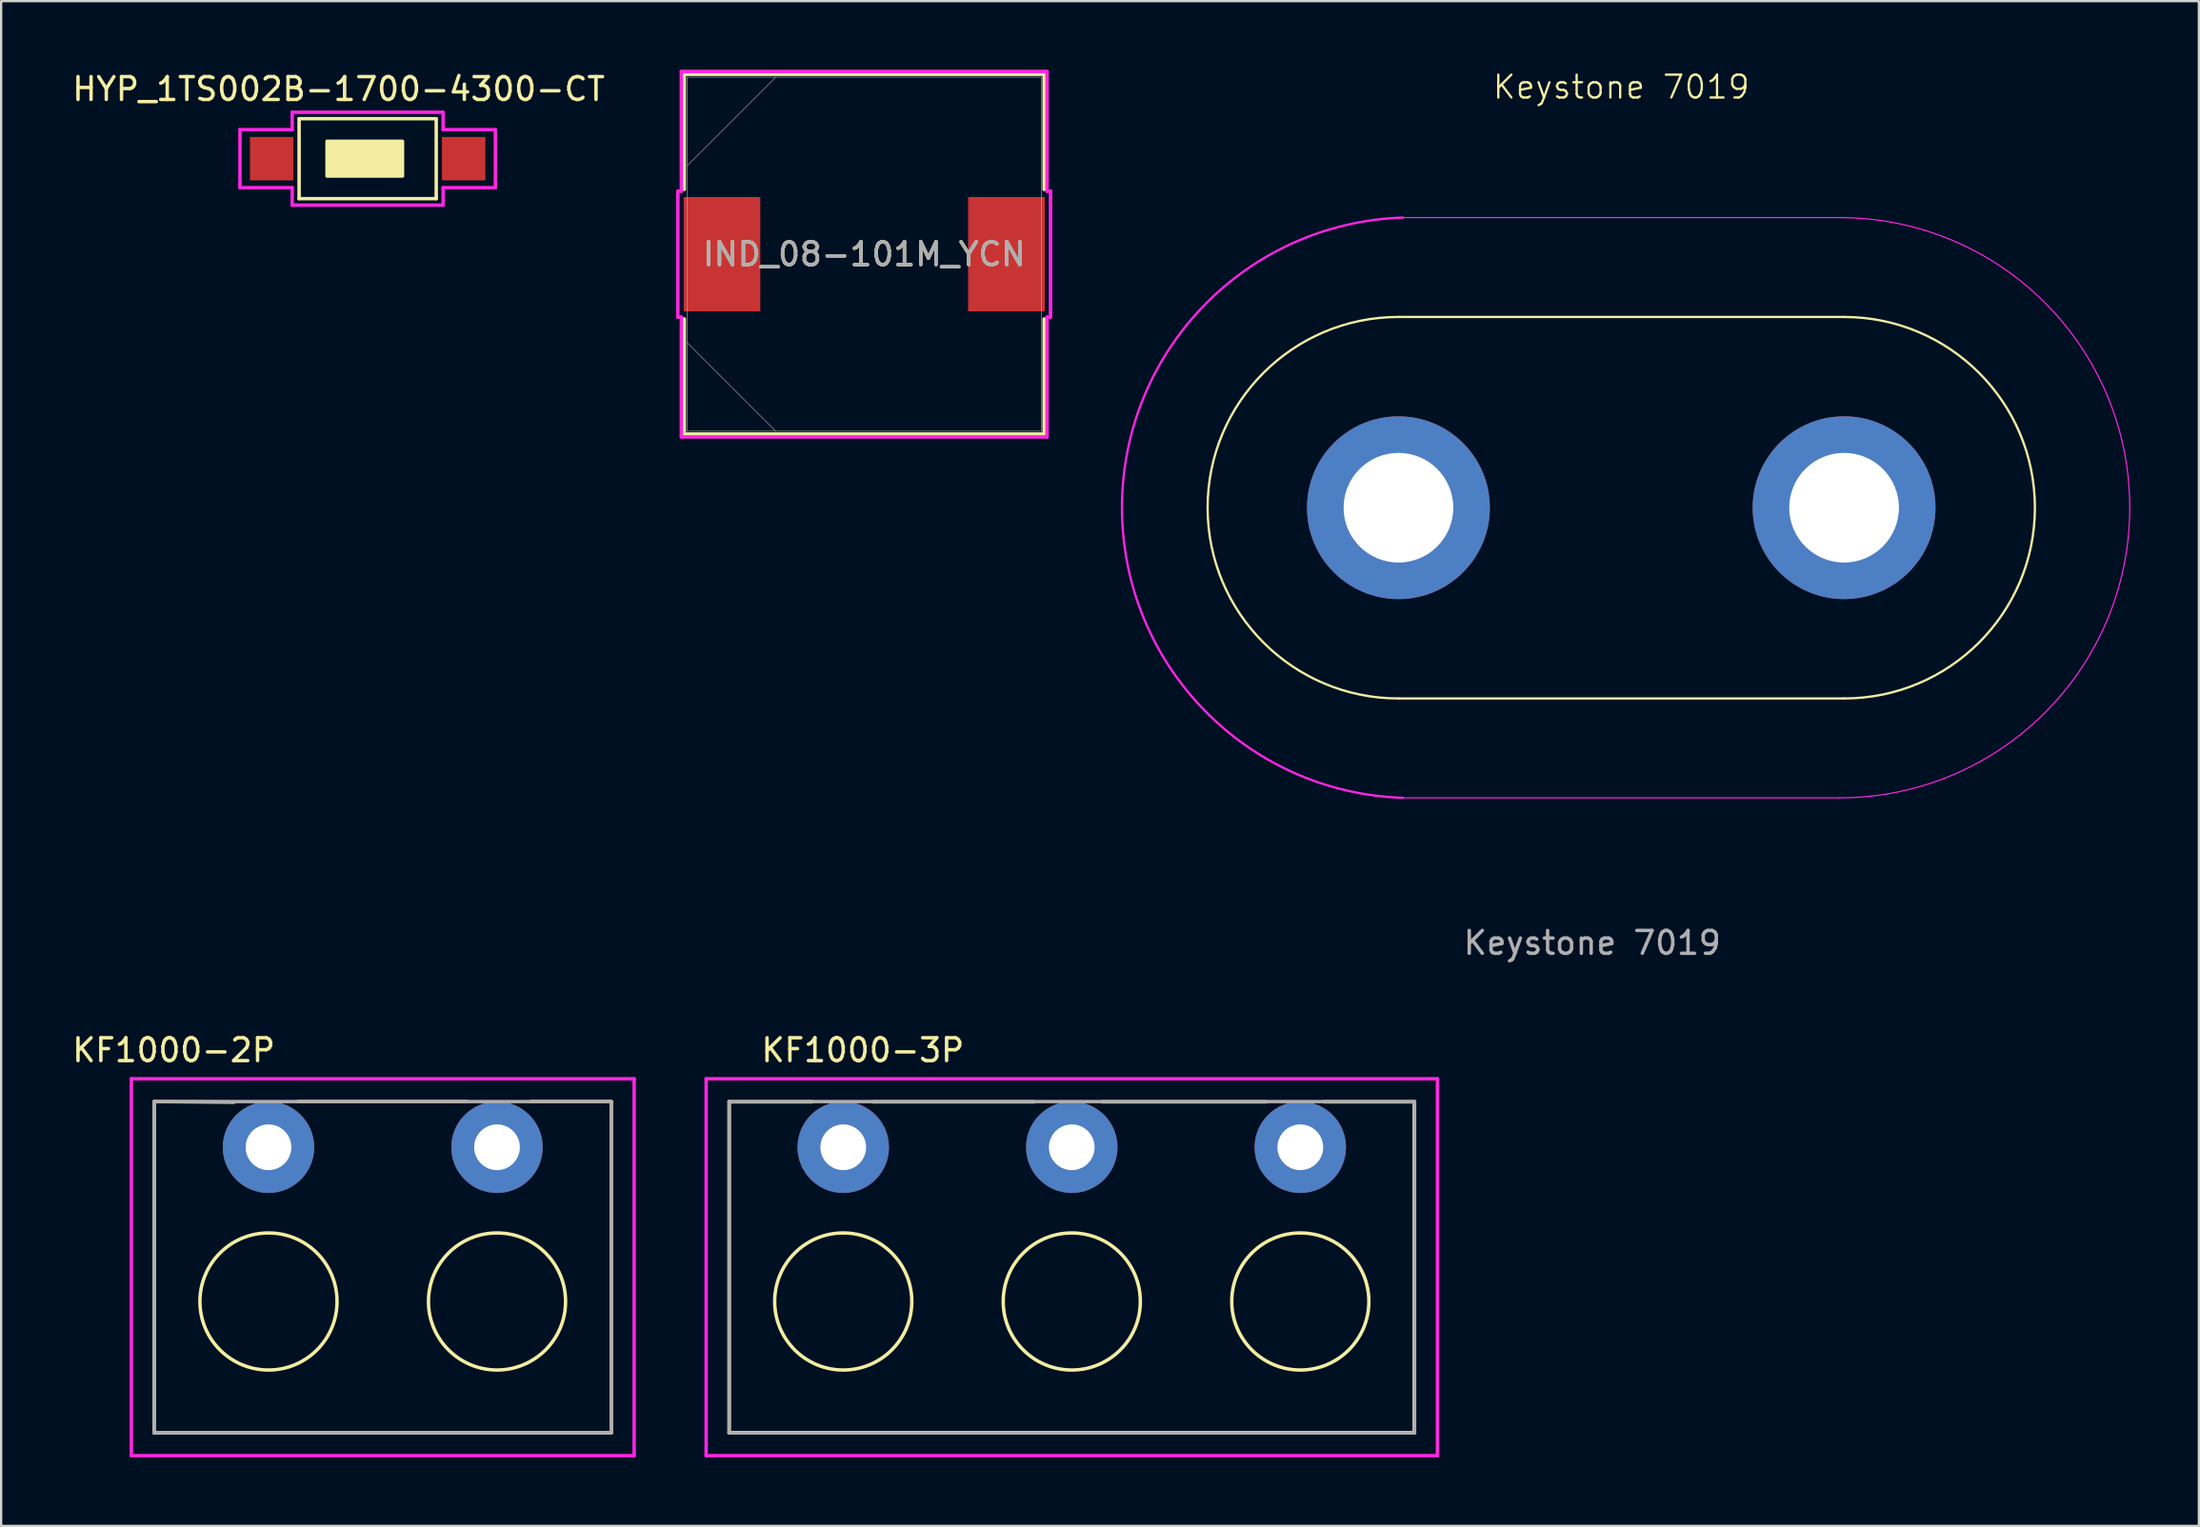
<source format=kicad_pcb>
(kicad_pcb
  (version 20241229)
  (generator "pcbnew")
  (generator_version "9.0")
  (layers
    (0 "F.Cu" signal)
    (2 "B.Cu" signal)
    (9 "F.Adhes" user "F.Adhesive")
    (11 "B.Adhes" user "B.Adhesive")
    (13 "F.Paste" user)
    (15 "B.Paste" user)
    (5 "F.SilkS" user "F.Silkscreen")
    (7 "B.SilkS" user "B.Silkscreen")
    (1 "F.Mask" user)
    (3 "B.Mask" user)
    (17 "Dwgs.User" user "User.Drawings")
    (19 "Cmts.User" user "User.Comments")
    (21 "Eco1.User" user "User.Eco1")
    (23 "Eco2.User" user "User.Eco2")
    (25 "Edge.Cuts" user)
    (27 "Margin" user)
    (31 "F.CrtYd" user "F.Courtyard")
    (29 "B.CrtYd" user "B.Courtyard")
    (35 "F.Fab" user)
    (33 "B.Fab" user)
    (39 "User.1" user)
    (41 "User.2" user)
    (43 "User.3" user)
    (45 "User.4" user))
  (footprint "KF1000-3P"
    (layer "F.Cu")
    (at 43.848 52.422)
    (property "Reference" "KF1000-3P" (at -9.144 -9.5 0) (layer "F.SilkS") (effects (font (size 1 1) (thickness 0.15))))
    (attr through_hole)
    (fp_line (start -14.986 -7.239) (end -14.986 7.239) (stroke (width 0.15) (type solid)) (layer "F.SilkS"))
    (fp_line (start -14.986 -7.239) (end -11.367 -7.239) (stroke (width 0.15) (type solid)) (layer "F.SilkS"))
    (fp_line (start -14.986 7.239) (end 14.986 7.239) (stroke (width 0.15) (type solid)) (layer "F.SilkS"))
    (fp_line (start -8.7 -7.239) (end -1.651 -7.239) (stroke (width 0.15) (type solid)) (layer "F.SilkS"))
    (fp_line (start 1.333 -7.239) (end 8.509 -7.239) (stroke (width 0.15) (type solid)) (layer "F.SilkS"))
    (fp_line (start 14.986 -7.239) (end 11.049 -7.239) (stroke (width 0.15) (type solid)) (layer "F.SilkS"))
    (fp_line (start 14.986 7.239) (end 14.986 -7.239) (stroke (width 0.15) (type solid)) (layer "F.SilkS"))
    (fp_circle (center -10 1.5) (end -7 1.5) (stroke (width 0.15) (type solid)) (fill no) (layer "F.SilkS"))
    (fp_circle (center 0 1.5) (end 3 1.5) (stroke (width 0.15) (type solid)) (fill no) (layer "F.SilkS"))
    (fp_circle (center 10 1.5) (end 13 1.5) (stroke (width 0.15) (type solid)) (fill no) (layer "F.SilkS"))
    (fp_line (start -16 -8.25) (end 16 -8.25) (stroke (width 0.15) (type solid)) (layer "F.CrtYd"))
    (fp_line (start -16 8.25) (end -16 -8.25) (stroke (width 0.15) (type solid)) (layer "F.CrtYd"))
    (fp_line (start 16 -8.25) (end 16 8.25) (stroke (width 0.15) (type solid)) (layer "F.CrtYd"))
    (fp_line (start 16 8.25) (end -16 8.25) (stroke (width 0.15) (type solid)) (layer "F.CrtYd"))
    (fp_line (start -15 -7.25) (end -15 7.25) (stroke (width 0.15) (type solid)) (layer "F.Fab"))
    (fp_line (start -15 -7.25) (end 15 -7.25) (stroke (width 0.15) (type solid)) (layer "F.Fab"))
    (fp_line (start -15 7.25) (end 15 7.25) (stroke (width 0.15) (type solid)) (layer "F.Fab"))
    (fp_line (start 15 7.25) (end 15 -7.25) (stroke (width 0.15) (type solid)) (layer "F.Fab"))
    (pad "1" thru_hole circle (at -10 -5.25) (size 4 4) (drill 2) (layers "*.Cu" "*.Mask"))
    (pad "2" thru_hole circle (at 0 -5.25 90) (size 4 4) (drill 2) (layers "*.Cu" "*.Mask"))
    (pad "3" thru_hole circle (at 10 -5.25 90) (size 4 4) (drill 2) (layers "*.Cu" "*.Mask")))
  (footprint "KF1000-2P"
    (layer "F.Cu")
    (at 13.698 52.422)
    (property "Reference" "KF1000-2P" (at -9.144 -9.5 0) (layer "F.SilkS") (effects (font (size 1 1) (thickness 0.15))))
    (attr through_hole)
    (fp_line (start -10 -7.25) (end -6.5 -7.225) (stroke (width 0.15) (type solid)) (layer "F.SilkS"))
    (fp_line (start -10 7.25) (end -10 -7.25) (stroke (width 0.15) (type solid)) (layer "F.SilkS"))
    (fp_line (start -3.7 -7.25) (end 3.7 -7.25) (stroke (width 0.15) (type solid)) (layer "F.SilkS"))
    (fp_line (start 6.5 -7.25) (end 10 -7.25) (stroke (width 0.15) (type solid)) (layer "F.SilkS"))
    (fp_line (start 10 -7.25) (end 10 7.25) (stroke (width 0.15) (type solid)) (layer "F.SilkS"))
    (fp_line (start 10 7.25) (end -10 7.25) (stroke (width 0.15) (type solid)) (layer "F.SilkS"))
    (fp_circle (center -5 1.5) (end -2 1.5) (stroke (width 0.15) (type solid)) (fill no) (layer "F.SilkS"))
    (fp_circle (center 5 1.5) (end 8 1.5) (stroke (width 0.15) (type solid)) (fill no) (layer "F.SilkS"))
    (fp_line (start -11 -8.25) (end 11 -8.25) (stroke (width 0.15) (type solid)) (layer "F.CrtYd"))
    (fp_line (start -11 8.25) (end -11 -8.25) (stroke (width 0.15) (type solid)) (layer "F.CrtYd"))
    (fp_line (start 11 -8.25) (end 11 8.25) (stroke (width 0.15) (type solid)) (layer "F.CrtYd"))
    (fp_line (start 11 8.25) (end -11 8.25) (stroke (width 0.15) (type solid)) (layer "F.CrtYd"))
    (fp_line (start -10 -7.25) (end -10 7.25) (stroke (width 0.15) (type solid)) (layer "F.Fab"))
    (fp_line (start -10 -7.25) (end 10 -7.25) (stroke (width 0.15) (type solid)) (layer "F.Fab"))
    (fp_line (start -10 7.25) (end 10 7.25) (stroke (width 0.15) (type solid)) (layer "F.Fab"))
    (fp_line (start 10 7.25) (end 10 -7.25) (stroke (width 0.15) (type solid)) (layer "F.Fab"))
    (pad "1" thru_hole circle (at -5 -5.25) (size 4 4) (drill 2) (layers "*.Cu" "*.Mask"))
    (pad "2" thru_hole circle (at 5 -5.25) (size 4 4) (drill 2) (layers "*.Cu" "*.Mask")))
  (footprint "HYP_1TS002B-1700-4300-CT"
    (layer "F.Cu")
    (at 13.038 3.896)
    (property "Reference" "HYP_1TS002B-1700-4300-CT" (at -1.27 -3.048 0) (layer "F.SilkS") (effects (font (size 1 1) (thickness 0.15))))
    (attr through_hole)
    (fp_line (start -3 -1.75) (end -3 1.75) (stroke (width 0.15) (type solid)) (layer "F.SilkS"))
    (fp_line (start -3 -1.75) (end 3 -1.75) (stroke (width 0.15) (type solid)) (layer "F.SilkS"))
    (fp_line (start -3 1.75) (end 3 1.75) (stroke (width 0.15) (type solid)) (layer "F.SilkS"))
    (fp_line (start 3 -1.75) (end 3 1.75) (stroke (width 0.15) (type solid)) (layer "F.SilkS"))
    (fp_poly (pts (xy -1.778 -0.762) (xy -1.778 0.762) (xy 1.524 0.762) (xy 1.524 -0.762)) (stroke (width 0.15) (type solid)) (fill yes) (layer "F.SilkS"))
    (fp_line (start -5.588 -1.27) (end -3.302 -1.27) (stroke (width 0.15) (type solid)) (layer "F.CrtYd"))
    (fp_line (start -5.588 1.27) (end -5.588 -1.27) (stroke (width 0.15) (type solid)) (layer "F.CrtYd"))
    (fp_line (start -3.302 -2.032) (end 3.302 -2.032) (stroke (width 0.15) (type solid)) (layer "F.CrtYd"))
    (fp_line (start -3.302 -1.27) (end -3.302 -2.032) (stroke (width 0.15) (type solid)) (layer "F.CrtYd"))
    (fp_line (start -3.302 1.27) (end -5.588 1.27) (stroke (width 0.15) (type solid)) (layer "F.CrtYd"))
    (fp_line (start -3.302 2.032) (end -3.302 1.27) (stroke (width 0.15) (type solid)) (layer "F.CrtYd"))
    (fp_line (start 3.302 -2.032) (end 3.302 -1.27) (stroke (width 0.15) (type solid)) (layer "F.CrtYd"))
    (fp_line (start 3.302 -1.27) (end 5.588 -1.27) (stroke (width 0.15) (type solid)) (layer "F.CrtYd"))
    (fp_line (start 3.302 1.27) (end 3.302 2.032) (stroke (width 0.15) (type solid)) (layer "F.CrtYd"))
    (fp_line (start 3.302 2.032) (end -3.302 2.032) (stroke (width 0.15) (type solid)) (layer "F.CrtYd"))
    (fp_line (start 5.588 -1.27) (end 5.588 1.27) (stroke (width 0.15) (type solid)) (layer "F.CrtYd"))
    (fp_line (start 5.588 1.27) (end 3.302 1.27) (stroke (width 0.15) (type solid)) (layer "F.CrtYd"))
    (pad "1" smd rect (at -4.2 0) (size 1.9 1.9) (layers "F.Cu" "F.Mask" "F.Paste"))
    (pad "2" smd rect (at 4.2 0) (size 1.9 1.9) (layers "F.Cu" "F.Mask" "F.Paste")))
  (footprint "IND_08-101M_YCN"
    (layer "F.Cu")
    (at 34.765 8.077)
    (property "Reference" "IND_08-101M_YCN" (at 0 0 0) (unlocked yes) (layer "F.SilkS") (effects (font (size 1 1) (thickness 0.15))))
    (attr smd)
    (fp_line (start -7.874 -7.874) (end -7.874 -2.835) (stroke (width 0.152) (type solid)) (layer "F.SilkS"))
    (fp_line (start -7.874 2.835) (end -7.874 7.874) (stroke (width 0.152) (type solid)) (layer "F.SilkS"))
    (fp_line (start -7.874 7.874) (end 7.874 7.874) (stroke (width 0.152) (type solid)) (layer "F.SilkS"))
    (fp_line (start 7.874 -7.874) (end -7.874 -7.874) (stroke (width 0.152) (type solid)) (layer "F.SilkS"))
    (fp_line (start 7.874 -2.835) (end 7.874 -7.874) (stroke (width 0.152) (type solid)) (layer "F.SilkS"))
    (fp_line (start 7.874 7.874) (end 7.874 2.835) (stroke (width 0.152) (type solid)) (layer "F.SilkS"))
    (fp_line (start -8.153 -2.756) (end -8.001 -2.756) (stroke (width 0.152) (type solid)) (layer "F.CrtYd"))
    (fp_line (start -8.153 2.756) (end -8.153 -2.756) (stroke (width 0.152) (type solid)) (layer "F.CrtYd"))
    (fp_line (start -8.001 -8.001) (end 8.001 -8.001) (stroke (width 0.152) (type solid)) (layer "F.CrtYd"))
    (fp_line (start -8.001 -2.756) (end -8.001 -8.001) (stroke (width 0.152) (type solid)) (layer "F.CrtYd"))
    (fp_line (start -8.001 2.756) (end -8.153 2.756) (stroke (width 0.152) (type solid)) (layer "F.CrtYd"))
    (fp_line (start -8.001 2.756) (end -8.001 8.001) (stroke (width 0.152) (type solid)) (layer "F.CrtYd"))
    (fp_line (start -8.001 8.001) (end 8.001 8.001) (stroke (width 0.152) (type solid)) (layer "F.CrtYd"))
    (fp_line (start 8.001 -8.001) (end 8.001 -2.756) (stroke (width 0.152) (type solid)) (layer "F.CrtYd"))
    (fp_line (start 8.001 -2.756) (end 8.153 -2.756) (stroke (width 0.152) (type solid)) (layer "F.CrtYd"))
    (fp_line (start 8.001 2.756) (end 8.153 2.756) (stroke (width 0.152) (type solid)) (layer "F.CrtYd"))
    (fp_line (start 8.001 8.001) (end 8.001 2.756) (stroke (width 0.152) (type solid)) (layer "F.CrtYd"))
    (fp_line (start 8.153 -2.756) (end 8.153 2.756) (stroke (width 0.152) (type solid)) (layer "F.CrtYd"))
    (fp_line (start -7.747 -7.747) (end -7.747 7.747) (stroke (width 0.025) (type solid)) (layer "F.Fab"))
    (fp_line (start -7.747 -3.873) (end -3.873 -7.747) (stroke (width 0.025) (type solid)) (layer "F.Fab"))
    (fp_line (start -7.747 3.873) (end -3.873 7.747) (stroke (width 0.025) (type solid)) (layer "F.Fab"))
    (fp_line (start -7.747 7.747) (end 7.747 7.747) (stroke (width 0.025) (type solid)) (layer "F.Fab"))
    (fp_line (start 7.747 -7.747) (end -7.747 -7.747) (stroke (width 0.025) (type solid)) (layer "F.Fab"))
    (fp_line (start 7.747 7.747) (end 7.747 -7.747) (stroke (width 0.025) (type solid)) (layer "F.Fab"))
    (fp_text user "${REFERENCE}" (at 0 0 0) (unlocked yes) (layer "F.Fab") (effects (font (size 1 1) (thickness 0.15))))
    (pad "1" smd rect (at -6.223 0 90) (size 5.004 3.353) (layers "F.Cu" "F.Mask" "F.Paste"))
    (pad "2" smd rect (at 6.223 0 90) (size 5.004 3.353) (layers "F.Cu" "F.Mask" "F.Paste")))
  (footprint "Keystone 7019"
    (layer "F.Cu")
    (at 67.892 19.175)
    (property "Reference" "Keystone 7019" (at 0 -18.415 0) (unlocked yes) (layer "F.SilkS") (effects (font (size 1 1) (thickness 0.1))))
    (fp_line (start -9.75 -8.35) (end 9.75 -8.35) (stroke (width 0.1) (type default)) (layer "F.SilkS"))
    (fp_line (start -9.75 8.35) (end 9.75 8.35) (stroke (width 0.1) (type default)) (layer "F.SilkS"))
    (fp_arc (start -9.75 8.35) (mid -18.1 0) (end -9.75 -8.35) (stroke (width 0.1) (type default)) (layer "F.SilkS"))
    (fp_arc (start 9.75 -8.35) (mid 18.1 0) (end 9.75 8.35) (stroke (width 0.1) (type default)) (layer "F.SilkS"))
    (fp_line (start -9.55 -12.7) (end 9.55 -12.7) (stroke (width 0.05) (type default)) (layer "F.CrtYd"))
    (fp_line (start -9.55 12.7) (end 9.55 12.7) (stroke (width 0.05) (type default)) (layer "F.CrtYd"))
    (fp_arc (start -9.55 12.7) (mid -21.846618 0) (end -9.55 -12.7) (stroke (width 0.1) (type default)) (layer "F.CrtYd"))
    (fp_arc (start 9.55 -12.7) (mid 22.25 0) (end 9.55 12.7) (stroke (width 0.05) (type default)) (layer "F.CrtYd"))
    (fp_text user "${REFERENCE}" (at -1.27 19.05 0) (unlocked yes) (layer "F.Fab") (effects (font (size 1 1) (thickness 0.15))))
    (pad "1" thru_hole circle (at -9.75 0) (size 8 8) (drill 4.8) (layers "*.Cu" "*.Mask"))
    (pad "2" thru_hole circle (at 9.75 0) (size 8 8) (drill 4.8) (layers "*.Cu" "*.Mask")))
  (gr_rect
    (start -3 -3)
    (end 93.167 63.747)
    (stroke (width 0.1) (type default))
    (fill no)
    (layer "Edge.Cuts")))
</source>
